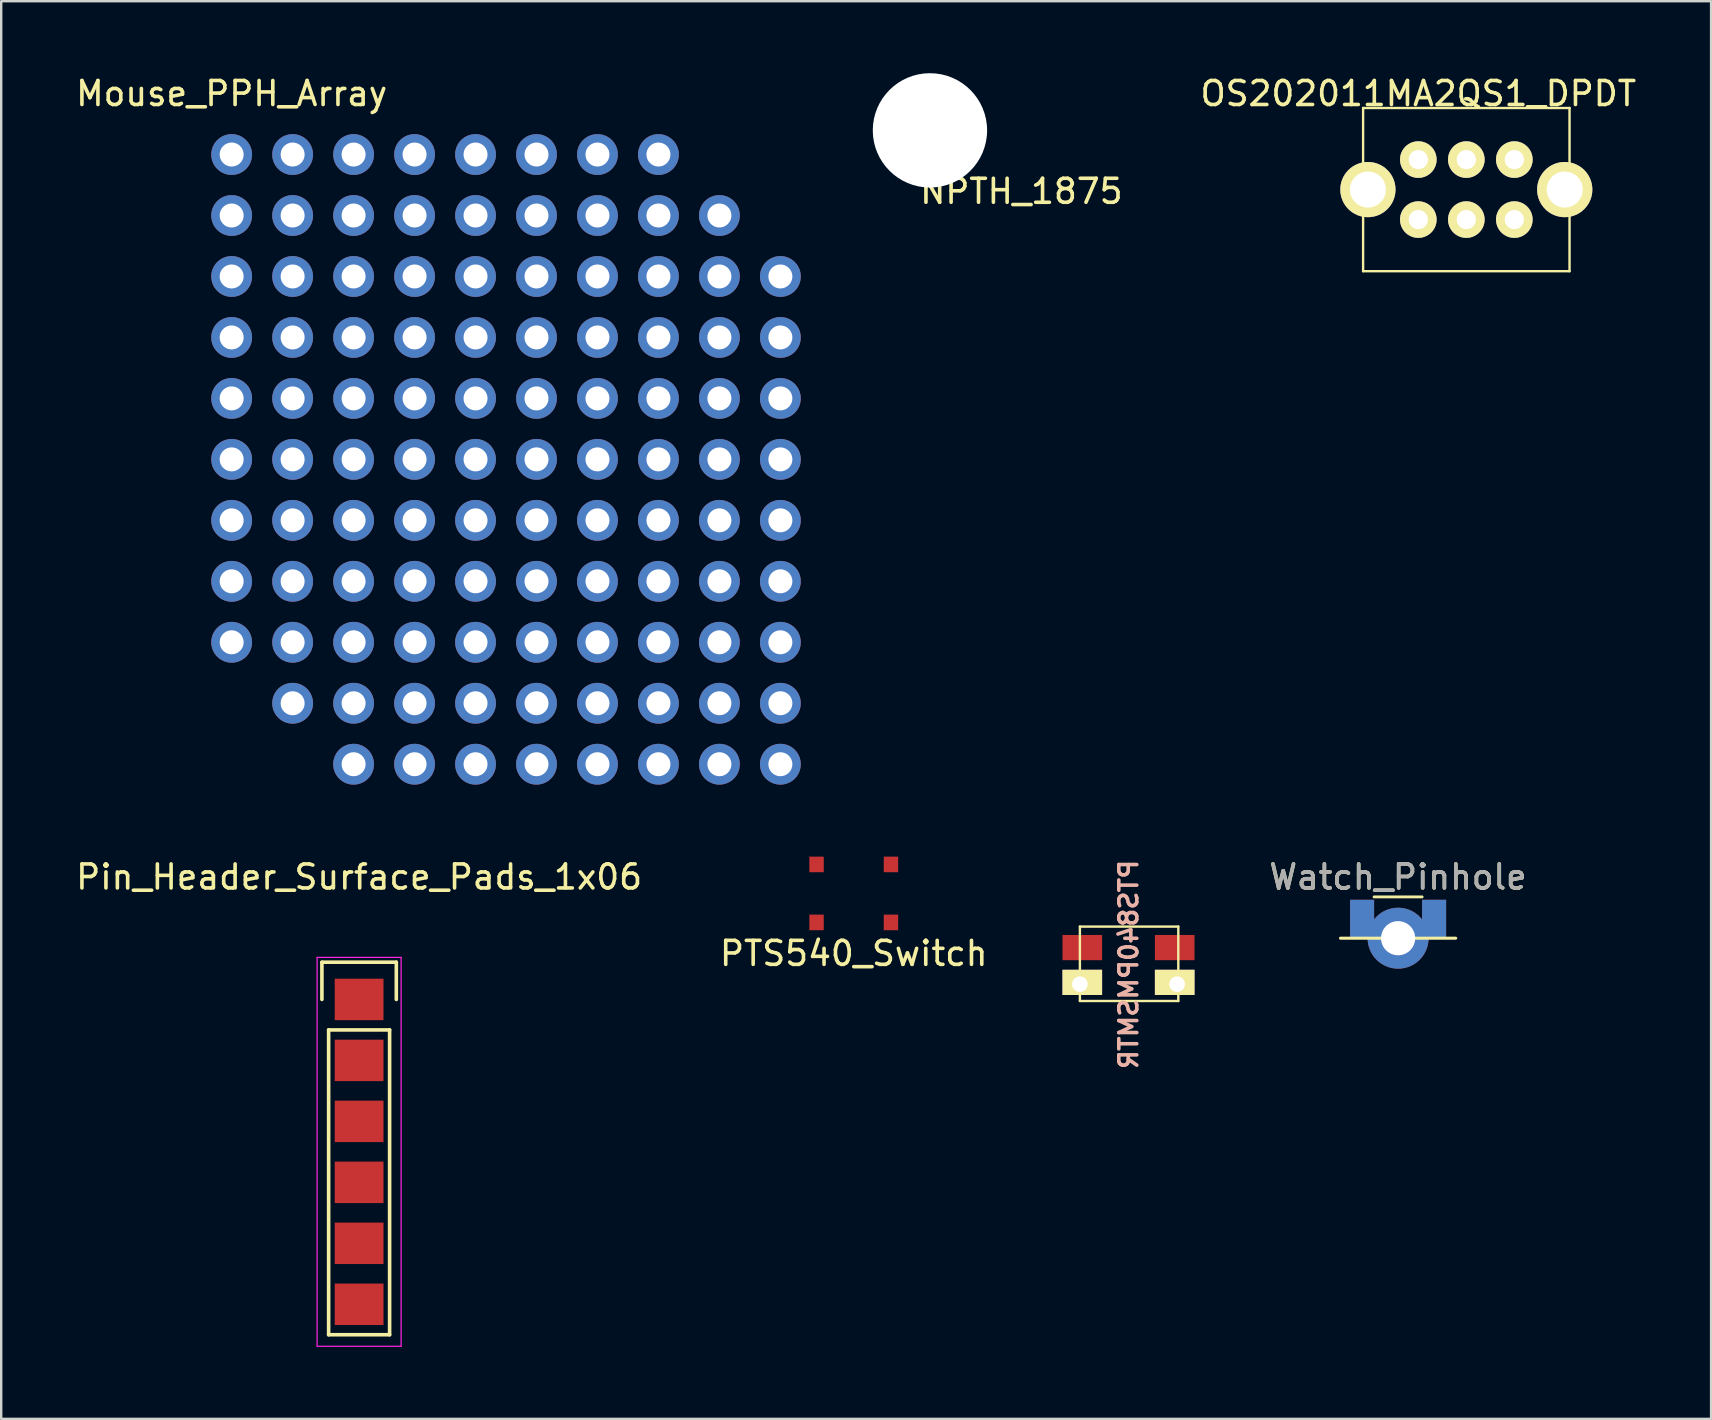
<source format=kicad_pcb>
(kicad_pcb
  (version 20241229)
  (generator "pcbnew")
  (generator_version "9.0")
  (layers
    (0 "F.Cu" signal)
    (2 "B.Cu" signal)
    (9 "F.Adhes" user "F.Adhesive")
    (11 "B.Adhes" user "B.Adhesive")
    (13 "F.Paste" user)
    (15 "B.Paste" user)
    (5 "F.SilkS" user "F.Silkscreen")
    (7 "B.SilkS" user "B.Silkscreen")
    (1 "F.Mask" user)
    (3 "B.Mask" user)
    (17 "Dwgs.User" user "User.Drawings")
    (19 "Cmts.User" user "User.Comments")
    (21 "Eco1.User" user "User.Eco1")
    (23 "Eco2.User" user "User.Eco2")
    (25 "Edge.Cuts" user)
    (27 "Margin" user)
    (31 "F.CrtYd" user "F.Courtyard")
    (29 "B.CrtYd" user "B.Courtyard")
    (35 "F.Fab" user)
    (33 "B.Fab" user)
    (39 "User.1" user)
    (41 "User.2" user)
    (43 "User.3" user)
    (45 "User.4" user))
  (footprint "NPTH_1875"
    (layer "F.Cu")
    (at 35.692 2.381)
    (property "Reference" "NPTH_1875" (at 3.81 2.54 0) (layer "F.SilkS") (effects (font (size 1 1) (thickness 0.15))))
    (attr through_hole)
    (pad "" np_thru_hole circle (at 0 0) (size 4.763 4.763) (drill 4.763) (layers "*.Cu" "*.Mask")))
  (footprint "Watch_Pinhole"
    (layer "F.Cu")
    (at 55.196 35.236)
    (property "Reference" "Watch_Pinhole" (at 0 -1.75 0) (layer "F.SilkS") (effects (font (size 1 1) (thickness 0.15))))
    (attr smd)
    (fp_line (start 1 -0.92) (end -1 -0.92) (stroke (width 0.12) (type solid)) (layer "F.SilkS"))
    (fp_line (start 2.4 0.8) (end -2.4 0.8) (stroke (width 0.127) (type solid)) (layer "F.SilkS"))
    (fp_text user "${REFERENCE}" (at 0 -1.75 0) (layer "F.Fab") (effects (font (size 1 1) (thickness 0.15))))
    (pad "1" smd rect (at -1.5 0) (size 1 1.6) (layers "F.Cu" "F.Mask" "F.Paste"))
    (pad "1" smd rect (at -1.5 0) (size 1 1.6) (layers "F.Mask" "B.Cu" "F.Paste"))
    (pad "1" smd rect (at 1.5 0) (size 1 1.6) (layers "F.Mask" "B.Cu" "F.Paste"))
    (pad "2" smd rect (at 1.5 0) (size 1 1.6) (layers "F.Cu" "F.Mask" "F.Paste"))
    (pad "3" thru_hole circle (at 0 0.8) (size 2.54 2.54) (drill 1.422) (layers "*.Cu" "*.Mask")))
  (footprint "Mouse_PPH_Array"
    (layer "F.Cu")
    (at 6.601 3.388)
    (property "Reference" "Mouse_PPH_Array" (at 0 -2.54 0) (layer "F.SilkS") (effects (font (size 1 1) (thickness 0.15))))
    (attr through_hole)
    (pad "1" thru_hole circle (at 0 0) (size 1.7 1.7) (drill 1) (layers "*.Cu" "*.Mask"))
    (pad "2" thru_hole circle (at 2.54 0) (size 1.7 1.7) (drill 1) (layers "*.Cu" "*.Mask"))
    (pad "3" thru_hole circle (at 5.08 0) (size 1.7 1.7) (drill 1) (layers "*.Cu" "*.Mask"))
    (pad "4" thru_hole circle (at 7.62 0) (size 1.7 1.7) (drill 1) (layers "*.Cu" "*.Mask"))
    (pad "5" thru_hole circle (at 10.16 0) (size 1.7 1.7) (drill 1) (layers "*.Cu" "*.Mask"))
    (pad "6" thru_hole circle (at 12.7 0) (size 1.7 1.7) (drill 1) (layers "*.Cu" "*.Mask"))
    (pad "7" thru_hole circle (at 15.24 0) (size 1.7 1.7) (drill 1) (layers "*.Cu" "*.Mask"))
    (pad "8" thru_hole circle (at 17.78 0) (size 1.7 1.7) (drill 1) (layers "*.Cu" "*.Mask"))
    (pad "9" thru_hole circle (at 0 2.54) (size 1.7 1.7) (drill 1) (layers "*.Cu" "*.Mask"))
    (pad "10" thru_hole circle (at 2.54 2.54) (size 1.7 1.7) (drill 1) (layers "*.Cu" "*.Mask"))
    (pad "11" thru_hole circle (at 5.08 2.54) (size 1.7 1.7) (drill 1) (layers "*.Cu" "*.Mask"))
    (pad "12" thru_hole circle (at 7.62 2.54) (size 1.7 1.7) (drill 1) (layers "*.Cu" "*.Mask"))
    (pad "13" thru_hole circle (at 10.16 2.54) (size 1.7 1.7) (drill 1) (layers "*.Cu" "*.Mask"))
    (pad "14" thru_hole circle (at 12.7 2.54) (size 1.7 1.7) (drill 1) (layers "*.Cu" "*.Mask"))
    (pad "15" thru_hole circle (at 15.24 2.54) (size 1.7 1.7) (drill 1) (layers "*.Cu" "*.Mask"))
    (pad "16" thru_hole circle (at 17.78 2.54) (size 1.7 1.7) (drill 1) (layers "*.Cu" "*.Mask"))
    (pad "17" thru_hole circle (at 20.32 2.54) (size 1.7 1.7) (drill 1) (layers "*.Cu" "*.Mask"))
    (pad "18" thru_hole circle (at 0 5.08) (size 1.7 1.7) (drill 1) (layers "*.Cu" "*.Mask"))
    (pad "19" thru_hole circle (at 2.54 5.08) (size 1.7 1.7) (drill 1) (layers "*.Cu" "*.Mask"))
    (pad "20" thru_hole circle (at 5.08 5.08) (size 1.7 1.7) (drill 1) (layers "*.Cu" "*.Mask"))
    (pad "21" thru_hole circle (at 7.62 5.08) (size 1.7 1.7) (drill 1) (layers "*.Cu" "*.Mask"))
    (pad "22" thru_hole circle (at 10.16 5.08) (size 1.7 1.7) (drill 1) (layers "*.Cu" "*.Mask"))
    (pad "23" thru_hole circle (at 12.7 5.08) (size 1.7 1.7) (drill 1) (layers "*.Cu" "*.Mask"))
    (pad "24" thru_hole circle (at 15.24 5.08) (size 1.7 1.7) (drill 1) (layers "*.Cu" "*.Mask"))
    (pad "25" thru_hole circle (at 17.78 5.08) (size 1.7 1.7) (drill 1) (layers "*.Cu" "*.Mask"))
    (pad "26" thru_hole circle (at 20.32 5.08) (size 1.7 1.7) (drill 1) (layers "*.Cu" "*.Mask"))
    (pad "27" thru_hole circle (at 22.86 5.08) (size 1.7 1.7) (drill 1) (layers "*.Cu" "*.Mask"))
    (pad "28" thru_hole circle (at 0 7.62) (size 1.7 1.7) (drill 1) (layers "*.Cu" "*.Mask"))
    (pad "29" thru_hole circle (at 2.54 7.62) (size 1.7 1.7) (drill 1) (layers "*.Cu" "*.Mask"))
    (pad "30" thru_hole circle (at 5.08 7.62) (size 1.7 1.7) (drill 1) (layers "*.Cu" "*.Mask"))
    (pad "31" thru_hole circle (at 7.62 7.62) (size 1.7 1.7) (drill 1) (layers "*.Cu" "*.Mask"))
    (pad "32" thru_hole circle (at 10.16 7.62) (size 1.7 1.7) (drill 1) (layers "*.Cu" "*.Mask"))
    (pad "33" thru_hole circle (at 12.7 7.62) (size 1.7 1.7) (drill 1) (layers "*.Cu" "*.Mask"))
    (pad "34" thru_hole circle (at 15.24 7.62) (size 1.7 1.7) (drill 1) (layers "*.Cu" "*.Mask"))
    (pad "35" thru_hole circle (at 17.78 7.62) (size 1.7 1.7) (drill 1) (layers "*.Cu" "*.Mask"))
    (pad "36" thru_hole circle (at 20.32 7.62) (size 1.7 1.7) (drill 1) (layers "*.Cu" "*.Mask"))
    (pad "37" thru_hole circle (at 22.86 7.62) (size 1.7 1.7) (drill 1) (layers "*.Cu" "*.Mask"))
    (pad "38" thru_hole circle (at 0 10.16) (size 1.7 1.7) (drill 1) (layers "*.Cu" "*.Mask"))
    (pad "39" thru_hole circle (at 2.54 10.16) (size 1.7 1.7) (drill 1) (layers "*.Cu" "*.Mask"))
    (pad "40" thru_hole circle (at 5.08 10.16) (size 1.7 1.7) (drill 1) (layers "*.Cu" "*.Mask"))
    (pad "41" thru_hole circle (at 7.62 10.16) (size 1.7 1.7) (drill 1) (layers "*.Cu" "*.Mask"))
    (pad "42" thru_hole circle (at 10.16 10.16) (size 1.7 1.7) (drill 1) (layers "*.Cu" "*.Mask"))
    (pad "43" thru_hole circle (at 12.7 10.16) (size 1.7 1.7) (drill 1) (layers "*.Cu" "*.Mask"))
    (pad "44" thru_hole circle (at 15.24 10.16) (size 1.7 1.7) (drill 1) (layers "*.Cu" "*.Mask"))
    (pad "45" thru_hole circle (at 17.78 10.16) (size 1.7 1.7) (drill 1) (layers "*.Cu" "*.Mask"))
    (pad "46" thru_hole circle (at 20.32 10.16) (size 1.7 1.7) (drill 1) (layers "*.Cu" "*.Mask"))
    (pad "47" thru_hole circle (at 22.86 10.16) (size 1.7 1.7) (drill 1) (layers "*.Cu" "*.Mask"))
    (pad "48" thru_hole circle (at 0 12.7) (size 1.7 1.7) (drill 1) (layers "*.Cu" "*.Mask"))
    (pad "49" thru_hole circle (at 2.54 12.7) (size 1.7 1.7) (drill 1) (layers "*.Cu" "*.Mask"))
    (pad "50" thru_hole circle (at 5.08 12.7) (size 1.7 1.7) (drill 1) (layers "*.Cu" "*.Mask"))
    (pad "51" thru_hole circle (at 7.62 12.7) (size 1.7 1.7) (drill 1) (layers "*.Cu" "*.Mask"))
    (pad "52" thru_hole circle (at 10.16 12.7) (size 1.7 1.7) (drill 1) (layers "*.Cu" "*.Mask"))
    (pad "53" thru_hole circle (at 12.7 12.7) (size 1.7 1.7) (drill 1) (layers "*.Cu" "*.Mask"))
    (pad "54" thru_hole circle (at 15.24 12.7) (size 1.7 1.7) (drill 1) (layers "*.Cu" "*.Mask"))
    (pad "55" thru_hole circle (at 17.78 12.7) (size 1.7 1.7) (drill 1) (layers "*.Cu" "*.Mask"))
    (pad "56" thru_hole circle (at 20.32 12.7) (size 1.7 1.7) (drill 1) (layers "*.Cu" "*.Mask"))
    (pad "57" thru_hole circle (at 22.86 12.7) (size 1.7 1.7) (drill 1) (layers "*.Cu" "*.Mask"))
    (pad "58" thru_hole circle (at 0 15.24) (size 1.7 1.7) (drill 1) (layers "*.Cu" "*.Mask"))
    (pad "59" thru_hole circle (at 2.54 15.24) (size 1.7 1.7) (drill 1) (layers "*.Cu" "*.Mask"))
    (pad "60" thru_hole circle (at 5.08 15.24) (size 1.7 1.7) (drill 1) (layers "*.Cu" "*.Mask"))
    (pad "61" thru_hole circle (at 7.62 15.24) (size 1.7 1.7) (drill 1) (layers "*.Cu" "*.Mask"))
    (pad "62" thru_hole circle (at 10.16 15.24) (size 1.7 1.7) (drill 1) (layers "*.Cu" "*.Mask"))
    (pad "63" thru_hole circle (at 12.7 15.24) (size 1.7 1.7) (drill 1) (layers "*.Cu" "*.Mask"))
    (pad "64" thru_hole circle (at 15.24 15.24) (size 1.7 1.7) (drill 1) (layers "*.Cu" "*.Mask"))
    (pad "65" thru_hole circle (at 17.78 15.24) (size 1.7 1.7) (drill 1) (layers "*.Cu" "*.Mask"))
    (pad "66" thru_hole circle (at 20.32 15.24) (size 1.7 1.7) (drill 1) (layers "*.Cu" "*.Mask"))
    (pad "67" thru_hole circle (at 22.86 15.24) (size 1.7 1.7) (drill 1) (layers "*.Cu" "*.Mask"))
    (pad "68" thru_hole circle (at 0 17.78) (size 1.7 1.7) (drill 1) (layers "*.Cu" "*.Mask"))
    (pad "69" thru_hole circle (at 2.54 17.78) (size 1.7 1.7) (drill 1) (layers "*.Cu" "*.Mask"))
    (pad "70" thru_hole circle (at 5.08 17.78) (size 1.7 1.7) (drill 1) (layers "*.Cu" "*.Mask"))
    (pad "71" thru_hole circle (at 7.62 17.78) (size 1.7 1.7) (drill 1) (layers "*.Cu" "*.Mask"))
    (pad "72" thru_hole circle (at 10.16 17.78) (size 1.7 1.7) (drill 1) (layers "*.Cu" "*.Mask"))
    (pad "73" thru_hole circle (at 12.7 17.78) (size 1.7 1.7) (drill 1) (layers "*.Cu" "*.Mask"))
    (pad "74" thru_hole circle (at 15.24 17.78) (size 1.7 1.7) (drill 1) (layers "*.Cu" "*.Mask"))
    (pad "75" thru_hole circle (at 17.78 17.78) (size 1.7 1.7) (drill 1) (layers "*.Cu" "*.Mask"))
    (pad "76" thru_hole circle (at 20.32 17.78) (size 1.7 1.7) (drill 1) (layers "*.Cu" "*.Mask"))
    (pad "77" thru_hole circle (at 22.86 17.78) (size 1.7 1.7) (drill 1) (layers "*.Cu" "*.Mask"))
    (pad "78" thru_hole circle (at 0 20.32) (size 1.7 1.7) (drill 1) (layers "*.Cu" "*.Mask"))
    (pad "79" thru_hole circle (at 2.54 20.32) (size 1.7 1.7) (drill 1) (layers "*.Cu" "*.Mask"))
    (pad "80" thru_hole circle (at 5.08 20.32) (size 1.7 1.7) (drill 1) (layers "*.Cu" "*.Mask"))
    (pad "81" thru_hole circle (at 7.62 20.32) (size 1.7 1.7) (drill 1) (layers "*.Cu" "*.Mask"))
    (pad "82" thru_hole circle (at 10.16 20.32) (size 1.7 1.7) (drill 1) (layers "*.Cu" "*.Mask"))
    (pad "83" thru_hole circle (at 12.7 20.32) (size 1.7 1.7) (drill 1) (layers "*.Cu" "*.Mask"))
    (pad "84" thru_hole circle (at 15.24 20.32) (size 1.7 1.7) (drill 1) (layers "*.Cu" "*.Mask"))
    (pad "85" thru_hole circle (at 17.78 20.32) (size 1.7 1.7) (drill 1) (layers "*.Cu" "*.Mask"))
    (pad "86" thru_hole circle (at 20.32 20.32) (size 1.7 1.7) (drill 1) (layers "*.Cu" "*.Mask"))
    (pad "87" thru_hole circle (at 22.86 20.32) (size 1.7 1.7) (drill 1) (layers "*.Cu" "*.Mask"))
    (pad "88" thru_hole circle (at 2.54 22.86) (size 1.7 1.7) (drill 1) (layers "*.Cu" "*.Mask"))
    (pad "89" thru_hole circle (at 5.08 22.86) (size 1.7 1.7) (drill 1) (layers "*.Cu" "*.Mask"))
    (pad "90" thru_hole circle (at 7.62 22.86) (size 1.7 1.7) (drill 1) (layers "*.Cu" "*.Mask"))
    (pad "91" thru_hole circle (at 10.16 22.86) (size 1.7 1.7) (drill 1) (layers "*.Cu" "*.Mask"))
    (pad "92" thru_hole circle (at 12.7 22.86) (size 1.7 1.7) (drill 1) (layers "*.Cu" "*.Mask"))
    (pad "93" thru_hole circle (at 15.24 22.86) (size 1.7 1.7) (drill 1) (layers "*.Cu" "*.Mask"))
    (pad "94" thru_hole circle (at 17.78 22.86) (size 1.7 1.7) (drill 1) (layers "*.Cu" "*.Mask"))
    (pad "95" thru_hole circle (at 20.32 22.86) (size 1.7 1.7) (drill 1) (layers "*.Cu" "*.Mask"))
    (pad "96" thru_hole circle (at 22.86 22.86) (size 1.7 1.7) (drill 1) (layers "*.Cu" "*.Mask"))
    (pad "97" thru_hole circle (at 5.08 25.4) (size 1.7 1.7) (drill 1) (layers "*.Cu" "*.Mask"))
    (pad "98" thru_hole circle (at 7.62 25.4) (size 1.7 1.7) (drill 1) (layers "*.Cu" "*.Mask"))
    (pad "99" thru_hole circle (at 10.16 25.4) (size 1.7 1.7) (drill 1) (layers "*.Cu" "*.Mask"))
    (pad "100" thru_hole circle (at 12.7 25.4) (size 1.7 1.7) (drill 1) (layers "*.Cu" "*.Mask"))
    (pad "101" thru_hole circle (at 15.24 25.4) (size 1.7 1.7) (drill 1) (layers "*.Cu" "*.Mask"))
    (pad "102" thru_hole circle (at 17.78 25.4) (size 1.7 1.7) (drill 1) (layers "*.Cu" "*.Mask"))
    (pad "103" thru_hole circle (at 20.32 25.4) (size 1.7 1.7) (drill 1) (layers "*.Cu" "*.Mask"))
    (pad "104" thru_hole circle (at 22.86 25.4) (size 1.7 1.7) (drill 1) (layers "*.Cu" "*.Mask")))
  (footprint "PTS840PMSMTR"
    (layer "F.Cu")
    (at 41.939 38.652)
    (property "Reference" "PTS840PMSMTR" (at 2.032 -1.524 90) (layer "B.SilkS") (effects (font (size 0.75 0.75) (thickness 0.15)) (justify mirror)))
    (attr through_hole)
    (fp_line (start 0 -3.1) (end 4.1 -3.1) (stroke (width 0.1) (type solid)) (layer "F.SilkS"))
    (fp_line (start 0 0) (end 0 -3.1) (stroke (width 0.1) (type solid)) (layer "F.SilkS"))
    (fp_line (start 4.1 -3.1) (end 4.1 0) (stroke (width 0.1) (type solid)) (layer "F.SilkS"))
    (fp_line (start 4.1 0) (end 0 0) (stroke (width 0.1) (type solid)) (layer "F.SilkS"))
    (pad "1" smd rect (at 0 -2.15) (size 1.65 1.05) (drill (offset 0.1 -0.075)) (layers "F.Cu" "F.Mask" "F.Paste"))
    (pad "2" smd rect (at 4.05 -2.15) (size 1.65 1.05) (drill (offset -0.1 -0.075)) (layers "F.Cu" "F.Mask" "F.Paste"))
    (pad "3" thru_hole rect (at 0 -0.7) (size 1.65 1.05) (drill 0.65 (offset 0.1 -0.075)) (layers "*.Cu" "F.Mask" "F.SilkS"))
    (pad "4" thru_hole rect (at 4.05 -0.7) (size 1.65 1.05) (drill 0.65 (offset -0.1 -0.075)) (layers "*.Cu" "F.Mask" "F.SilkS")))
  (footprint "Pin_Header_Surface_Pads_1x06"
    (layer "F.Cu")
    (at 11.911 38.587)
    (property "Reference" "Pin_Header_Surface_Pads_1x06" (at 0 -5.1 0) (layer "F.SilkS") (effects (font (size 1 1) (thickness 0.15))))
    (attr through_hole)
    (fp_line (start -1.55 -1.55) (end 1.55 -1.55) (stroke (width 0.15) (type solid)) (layer "F.SilkS"))
    (fp_line (start -1.55 0) (end -1.55 -1.55) (stroke (width 0.15) (type solid)) (layer "F.SilkS"))
    (fp_line (start -1.27 13.97) (end -1.27 1.27) (stroke (width 0.15) (type solid)) (layer "F.SilkS"))
    (fp_line (start 1.27 1.27) (end -1.27 1.27) (stroke (width 0.15) (type solid)) (layer "F.SilkS"))
    (fp_line (start 1.27 1.27) (end 1.27 13.97) (stroke (width 0.15) (type solid)) (layer "F.SilkS"))
    (fp_line (start 1.27 13.97) (end -1.27 13.97) (stroke (width 0.15) (type solid)) (layer "F.SilkS"))
    (fp_line (start 1.55 -1.55) (end 1.55 0) (stroke (width 0.15) (type solid)) (layer "F.SilkS"))
    (fp_line (start -1.75 -1.75) (end -1.75 14.45) (stroke (width 0.05) (type solid)) (layer "F.CrtYd"))
    (fp_line (start -1.75 -1.75) (end 1.75 -1.75) (stroke (width 0.05) (type solid)) (layer "F.CrtYd"))
    (fp_line (start -1.75 14.45) (end 1.75 14.45) (stroke (width 0.05) (type solid)) (layer "F.CrtYd"))
    (fp_line (start 1.75 -1.75) (end 1.75 14.45) (stroke (width 0.05) (type solid)) (layer "F.CrtYd"))
    (pad "1" smd rect (at 0 0) (size 2.032 1.727) (layers "F.Cu" "F.Mask" "F.Paste"))
    (pad "2" smd rect (at 0 2.54) (size 2.032 1.727) (layers "F.Cu" "F.Mask" "F.Paste"))
    (pad "3" smd rect (at 0 5.08) (size 2.032 1.727) (layers "F.Cu" "F.Mask" "F.Paste"))
    (pad "4" smd rect (at 0 7.62) (size 2.032 1.727) (layers "F.Cu" "F.Mask" "F.Paste"))
    (pad "5" smd rect (at 0 10.16) (size 2.032 1.727) (layers "F.Cu" "F.Mask" "F.Paste"))
    (pad "6" smd rect (at 0 12.7) (size 2.032 1.727) (layers "F.Cu" "F.Mask" "F.Paste")))
  (footprint "OS202011MA2QS1_DPDT"
    (layer "F.Cu")
    (at 58.038 4.848)
    (property "Reference" "OS202011MA2QS1_DPDT" (at -2 -4 0) (layer "F.SilkS") (effects (font (size 1 1) (thickness 0.15))))
    (attr through_hole)
    (fp_line (start -4.3 -3.4) (end 4.3 -3.4) (stroke (width 0.1) (type solid)) (layer "F.SilkS"))
    (fp_line (start -4.3 3.4) (end -4.3 -3.4) (stroke (width 0.1) (type solid)) (layer "F.SilkS"))
    (fp_line (start 4.3 -3.4) (end 4.3 3.4) (stroke (width 0.1) (type solid)) (layer "F.SilkS"))
    (fp_line (start 4.3 3.4) (end -4.3 3.4) (stroke (width 0.1) (type solid)) (layer "F.SilkS"))
    (pad "1" thru_hole circle (at -2 -1.25) (size 1.524 1.524) (drill 0.8) (layers "*.Cu" "*.Mask" "F.SilkS"))
    (pad "2" thru_hole circle (at 0 -1.25) (size 1.524 1.524) (drill 0.8) (layers "*.Cu" "*.Mask" "F.SilkS"))
    (pad "3" thru_hole circle (at 2 -1.25) (size 1.524 1.524) (drill 0.8) (layers "*.Cu" "*.Mask" "F.SilkS"))
    (pad "4" thru_hole circle (at -2 1.25) (size 1.524 1.524) (drill 0.8) (layers "*.Cu" "*.Mask" "F.SilkS"))
    (pad "5" thru_hole circle (at 0 1.25) (size 1.524 1.524) (drill 0.8) (layers "*.Cu" "*.Mask" "F.SilkS"))
    (pad "6" thru_hole circle (at 2 1.25) (size 1.524 1.524) (drill 0.8) (layers "*.Cu" "*.Mask" "F.SilkS"))
    (pad "7" thru_hole circle (at -4.1 0) (size 2.3 2.3) (drill 1.5) (layers "*.Cu" "*.Mask" "F.SilkS"))
    (pad "8" thru_hole circle (at 4.1 0) (size 2.3 2.3) (drill 1.5) (layers "*.Cu" "*.Mask" "F.SilkS")))
  (footprint "PTS540_Switch"
    (layer "F.Cu")
    (at 32.518 34.171)
    (property "Reference" "PTS540_Switch" (at 0 2.5 0) (layer "F.SilkS") (effects (font (size 1 1) (thickness 0.15))))
    (attr through_hole)
    (pad "1" smd rect (at -1.55 -1.208) (size 0.6 0.65) (layers "F.Cu" "F.Mask" "F.Paste"))
    (pad "2" smd rect (at 1.55 -1.208) (size 0.6 0.65) (layers "F.Cu" "F.Mask" "F.Paste"))
    (pad "3" smd rect (at -1.55 1.208) (size 0.6 0.65) (layers "F.Cu" "F.Mask" "F.Paste"))
    (pad "4" smd rect (at 1.55 1.208) (size 0.6 0.65) (layers "F.Cu" "F.Mask" "F.Paste")))
  (gr_rect
    (start -3 -3)
    (end 68.235 56.062)
    (stroke (width 0.1) (type default))
    (fill no)
    (layer "Edge.Cuts")))
</source>
